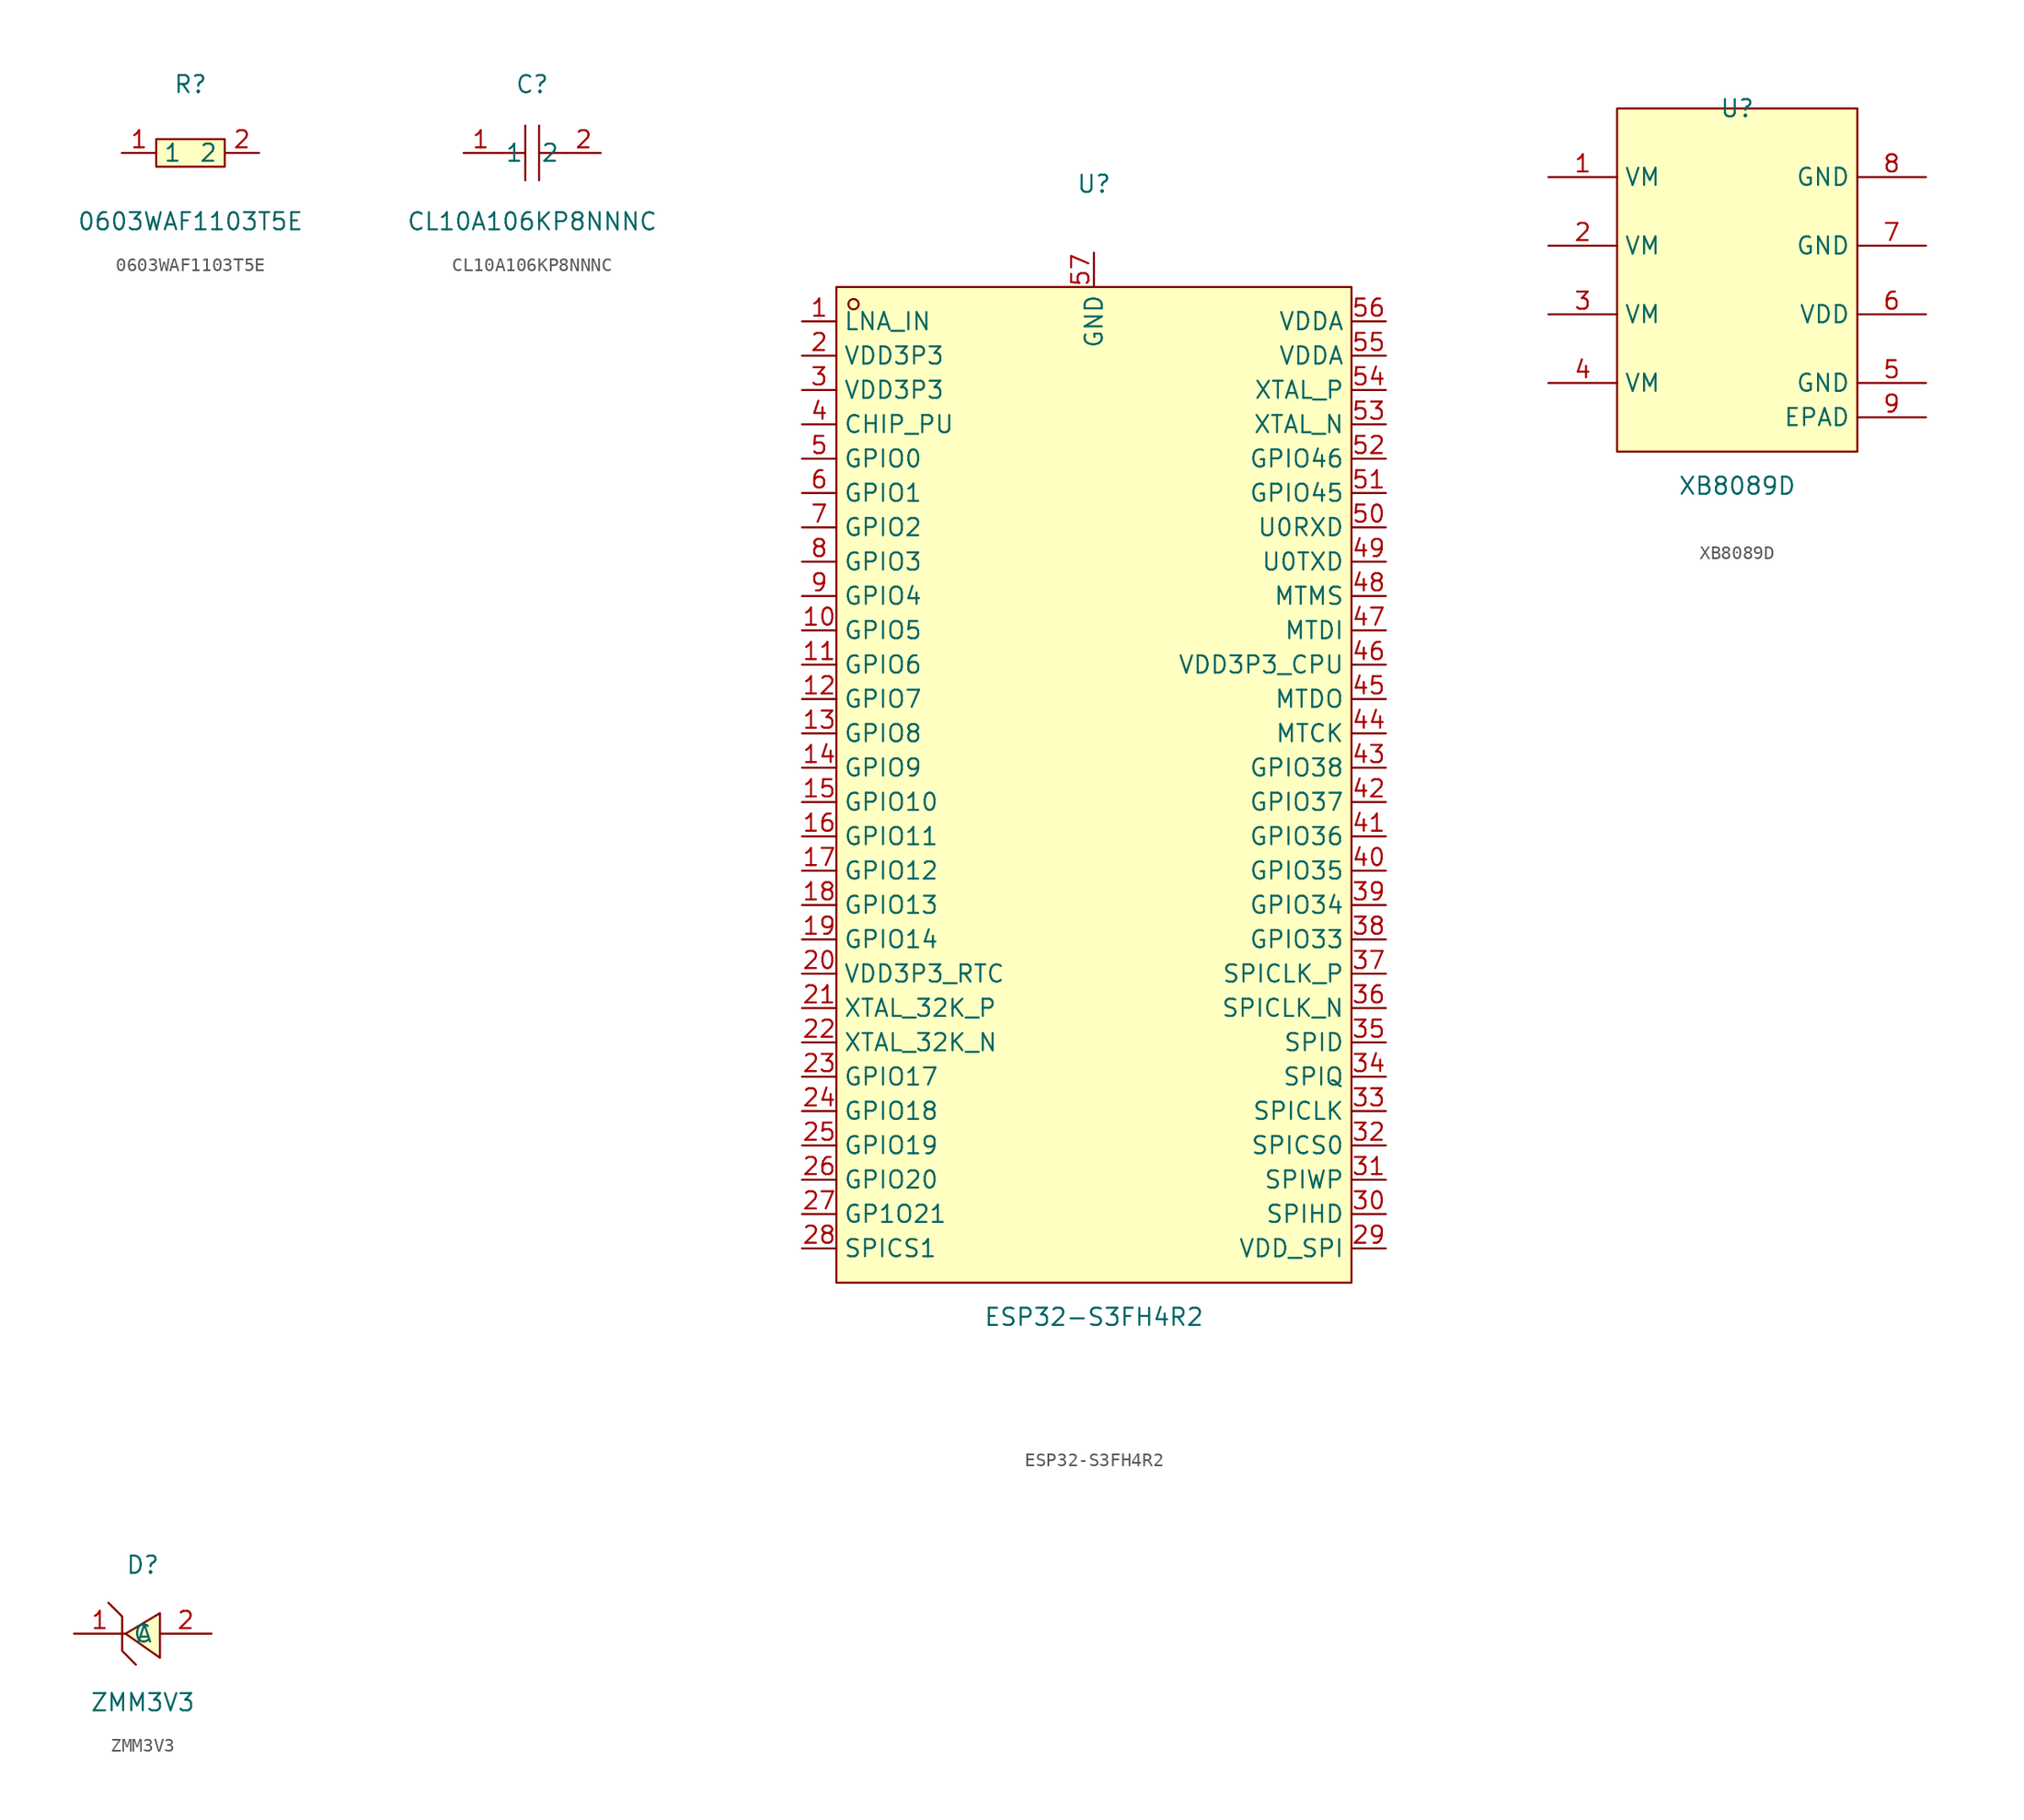
<source format=kicad_sym>
(kicad_symbol_lib
  (version 20211014)
  (generator https://github.com/uPesy/easyeda2kicad.py)
  (symbol "0603WAF1103T5E"
    (property "Reference" "R"
      (at 0 5.08 0)
      (effects (font (size 1.27 1.27))))
    (property "Value" "0603WAF1103T5E"
      (at 0 -5.08 0)
      (effects (font (size 1.27 1.27))))
    (symbol "0603WAF1103T5E_0_1"
      (rectangle (start -2.54 1.02) (end 2.54 -1.02) (stroke (width 0) (type default) (color 0 0 0 0)) (fill (type background)))
      (pin input line (at 5.08 -0.00 180) (length 2.54) (name "2" (effects (font (size 1.27 1.27)))) (number "2" (effects (font (size 1.27 1.27)))))
      (pin input line (at -5.08 -0.00 0) (length 2.54) (name "1" (effects (font (size 1.27 1.27)))) (number "1" (effects (font (size 1.27 1.27)))))))
  (symbol "CL10A106KP8NNNC"
    (property "Reference" "C"
      (at 0 5.08 0)
      (effects (font (size 1.27 1.27))))
    (property "Value" "CL10A106KP8NNNC"
      (at 0 -5.08 0)
      (effects (font (size 1.27 1.27))))
    (symbol "CL10A106KP8NNNC_0_1"
      (polyline (pts (xy -0.51 -2.03) (xy -0.51 2.03)) (stroke (width 0) (type default) (color 0 0 0 0)) (fill (type none)))
      (polyline (pts (xy 2.54 -0.00) (xy 0.51 -0.00)) (stroke (width 0) (type default) (color 0 0 0 0)) (fill (type none)))
      (polyline (pts (xy 0.51 2.03) (xy 0.51 -2.03)) (stroke (width 0) (type default) (color 0 0 0 0)) (fill (type none)))
      (polyline (pts (xy -0.51 -0.00) (xy -2.54 -0.00)) (stroke (width 0) (type default) (color 0 0 0 0)) (fill (type none)))
      (pin unspecified line (at -5.08 -0.00 0) (length 2.54) (name "1" (effects (font (size 1.27 1.27)))) (number "1" (effects (font (size 1.27 1.27)))))
      (pin unspecified line (at 5.08 -0.00 180) (length 2.54) (name "2" (effects (font (size 1.27 1.27)))) (number "2" (effects (font (size 1.27 1.27)))))))
  (symbol "ESP32-S3FH4R2"
    (property "Reference" "U"
      (at 0 44.45 0)
      (effects (font (size 1.27 1.27))))
    (property "Value" "ESP32-S3FH4R2"
      (at 0 -39.37 0)
      (effects (font (size 1.27 1.27))))
    (symbol "ESP32-S3FH4R2_0_1"
      (rectangle (start -19.05 36.83) (end 19.05 -36.83) (stroke (width 0) (type default) (color 0 0 0 0)) (fill (type background)))
      (circle (center -17.78 35.56) (radius 0.38) (stroke (width 0) (type default) (color 0 0 0 0)) (fill (type none)))
      (pin unspecified line (at -21.59 34.29 0) (length 2.54) (name "LNA_IN" (effects (font (size 1.27 1.27)))) (number "1" (effects (font (size 1.27 1.27)))))
      (pin unspecified line (at -21.59 31.75 0) (length 2.54) (name "VDD3P3" (effects (font (size 1.27 1.27)))) (number "2" (effects (font (size 1.27 1.27)))))
      (pin unspecified line (at -21.59 29.21 0) (length 2.54) (name "VDD3P3" (effects (font (size 1.27 1.27)))) (number "3" (effects (font (size 1.27 1.27)))))
      (pin unspecified line (at -21.59 26.67 0) (length 2.54) (name "CHIP_PU" (effects (font (size 1.27 1.27)))) (number "4" (effects (font (size 1.27 1.27)))))
      (pin unspecified line (at -21.59 24.13 0) (length 2.54) (name "GPIO0" (effects (font (size 1.27 1.27)))) (number "5" (effects (font (size 1.27 1.27)))))
      (pin unspecified line (at -21.59 21.59 0) (length 2.54) (name "GPIO1" (effects (font (size 1.27 1.27)))) (number "6" (effects (font (size 1.27 1.27)))))
      (pin unspecified line (at -21.59 19.05 0) (length 2.54) (name "GPIO2" (effects (font (size 1.27 1.27)))) (number "7" (effects (font (size 1.27 1.27)))))
      (pin unspecified line (at -21.59 16.51 0) (length 2.54) (name "GPIO3" (effects (font (size 1.27 1.27)))) (number "8" (effects (font (size 1.27 1.27)))))
      (pin unspecified line (at -21.59 13.97 0) (length 2.54) (name "GPIO4" (effects (font (size 1.27 1.27)))) (number "9" (effects (font (size 1.27 1.27)))))
      (pin unspecified line (at -21.59 11.43 0) (length 2.54) (name "GPIO5" (effects (font (size 1.27 1.27)))) (number "10" (effects (font (size 1.27 1.27)))))
      (pin unspecified line (at -21.59 8.89 0) (length 2.54) (name "GPIO6" (effects (font (size 1.27 1.27)))) (number "11" (effects (font (size 1.27 1.27)))))
      (pin unspecified line (at -21.59 6.35 0) (length 2.54) (name "GPIO7" (effects (font (size 1.27 1.27)))) (number "12" (effects (font (size 1.27 1.27)))))
      (pin unspecified line (at -21.59 3.81 0) (length 2.54) (name "GPIO8" (effects (font (size 1.27 1.27)))) (number "13" (effects (font (size 1.27 1.27)))))
      (pin unspecified line (at -21.59 1.27 0) (length 2.54) (name "GPIO9" (effects (font (size 1.27 1.27)))) (number "14" (effects (font (size 1.27 1.27)))))
      (pin unspecified line (at -21.59 -1.27 0) (length 2.54) (name "GPIO10" (effects (font (size 1.27 1.27)))) (number "15" (effects (font (size 1.27 1.27)))))
      (pin unspecified line (at -21.59 -3.81 0) (length 2.54) (name "GPIO11" (effects (font (size 1.27 1.27)))) (number "16" (effects (font (size 1.27 1.27)))))
      (pin unspecified line (at -21.59 -6.35 0) (length 2.54) (name "GPIO12" (effects (font (size 1.27 1.27)))) (number "17" (effects (font (size 1.27 1.27)))))
      (pin unspecified line (at -21.59 -8.89 0) (length 2.54) (name "GPIO13" (effects (font (size 1.27 1.27)))) (number "18" (effects (font (size 1.27 1.27)))))
      (pin unspecified line (at -21.59 -11.43 0) (length 2.54) (name "GPIO14" (effects (font (size 1.27 1.27)))) (number "19" (effects (font (size 1.27 1.27)))))
      (pin unspecified line (at -21.59 -13.97 0) (length 2.54) (name "VDD3P3_RTC" (effects (font (size 1.27 1.27)))) (number "20" (effects (font (size 1.27 1.27)))))
      (pin unspecified line (at -21.59 -16.51 0) (length 2.54) (name "XTAL_32K_P" (effects (font (size 1.27 1.27)))) (number "21" (effects (font (size 1.27 1.27)))))
      (pin unspecified line (at -21.59 -19.05 0) (length 2.54) (name "XTAL_32K_N" (effects (font (size 1.27 1.27)))) (number "22" (effects (font (size 1.27 1.27)))))
      (pin unspecified line (at -21.59 -21.59 0) (length 2.54) (name "GPIO17" (effects (font (size 1.27 1.27)))) (number "23" (effects (font (size 1.27 1.27)))))
      (pin unspecified line (at -21.59 -24.13 0) (length 2.54) (name "GPIO18" (effects (font (size 1.27 1.27)))) (number "24" (effects (font (size 1.27 1.27)))))
      (pin unspecified line (at -21.59 -26.67 0) (length 2.54) (name "GPIO19" (effects (font (size 1.27 1.27)))) (number "25" (effects (font (size 1.27 1.27)))))
      (pin unspecified line (at -21.59 -29.21 0) (length 2.54) (name "GPIO20" (effects (font (size 1.27 1.27)))) (number "26" (effects (font (size 1.27 1.27)))))
      (pin unspecified line (at -21.59 -31.75 0) (length 2.54) (name "GP1O21" (effects (font (size 1.27 1.27)))) (number "27" (effects (font (size 1.27 1.27)))))
      (pin unspecified line (at -21.59 -34.29 0) (length 2.54) (name "SPICS1" (effects (font (size 1.27 1.27)))) (number "28" (effects (font (size 1.27 1.27)))))
      (pin unspecified line (at 21.59 -34.29 180) (length 2.54) (name "VDD_SPI" (effects (font (size 1.27 1.27)))) (number "29" (effects (font (size 1.27 1.27)))))
      (pin unspecified line (at 21.59 -31.75 180) (length 2.54) (name "SPIHD" (effects (font (size 1.27 1.27)))) (number "30" (effects (font (size 1.27 1.27)))))
      (pin unspecified line (at 21.59 -29.21 180) (length 2.54) (name "SPIWP" (effects (font (size 1.27 1.27)))) (number "31" (effects (font (size 1.27 1.27)))))
      (pin unspecified line (at 21.59 -26.67 180) (length 2.54) (name "SPICS0" (effects (font (size 1.27 1.27)))) (number "32" (effects (font (size 1.27 1.27)))))
      (pin unspecified line (at 21.59 -24.13 180) (length 2.54) (name "SPICLK" (effects (font (size 1.27 1.27)))) (number "33" (effects (font (size 1.27 1.27)))))
      (pin unspecified line (at 21.59 -21.59 180) (length 2.54) (name "SPIQ" (effects (font (size 1.27 1.27)))) (number "34" (effects (font (size 1.27 1.27)))))
      (pin unspecified line (at 21.59 -19.05 180) (length 2.54) (name "SPID" (effects (font (size 1.27 1.27)))) (number "35" (effects (font (size 1.27 1.27)))))
      (pin unspecified line (at 21.59 -16.51 180) (length 2.54) (name "SPICLK_N" (effects (font (size 1.27 1.27)))) (number "36" (effects (font (size 1.27 1.27)))))
      (pin unspecified line (at 21.59 -13.97 180) (length 2.54) (name "SPICLK_P" (effects (font (size 1.27 1.27)))) (number "37" (effects (font (size 1.27 1.27)))))
      (pin unspecified line (at 21.59 -11.43 180) (length 2.54) (name "GPIO33" (effects (font (size 1.27 1.27)))) (number "38" (effects (font (size 1.27 1.27)))))
      (pin unspecified line (at 21.59 -8.89 180) (length 2.54) (name "GPIO34" (effects (font (size 1.27 1.27)))) (number "39" (effects (font (size 1.27 1.27)))))
      (pin unspecified line (at 21.59 -6.35 180) (length 2.54) (name "GPIO35" (effects (font (size 1.27 1.27)))) (number "40" (effects (font (size 1.27 1.27)))))
      (pin unspecified line (at 21.59 -3.81 180) (length 2.54) (name "GPIO36" (effects (font (size 1.27 1.27)))) (number "41" (effects (font (size 1.27 1.27)))))
      (pin unspecified line (at 21.59 -1.27 180) (length 2.54) (name "GPIO37" (effects (font (size 1.27 1.27)))) (number "42" (effects (font (size 1.27 1.27)))))
      (pin unspecified line (at 21.59 1.27 180) (length 2.54) (name "GPIO38" (effects (font (size 1.27 1.27)))) (number "43" (effects (font (size 1.27 1.27)))))
      (pin unspecified line (at 21.59 3.81 180) (length 2.54) (name "MTCK" (effects (font (size 1.27 1.27)))) (number "44" (effects (font (size 1.27 1.27)))))
      (pin unspecified line (at 21.59 6.35 180) (length 2.54) (name "MTDO" (effects (font (size 1.27 1.27)))) (number "45" (effects (font (size 1.27 1.27)))))
      (pin unspecified line (at 21.59 8.89 180) (length 2.54) (name "VDD3P3_CPU" (effects (font (size 1.27 1.27)))) (number "46" (effects (font (size 1.27 1.27)))))
      (pin unspecified line (at 21.59 11.43 180) (length 2.54) (name "MTDI" (effects (font (size 1.27 1.27)))) (number "47" (effects (font (size 1.27 1.27)))))
      (pin unspecified line (at 21.59 13.97 180) (length 2.54) (name "MTMS" (effects (font (size 1.27 1.27)))) (number "48" (effects (font (size 1.27 1.27)))))
      (pin unspecified line (at 21.59 16.51 180) (length 2.54) (name "U0TXD" (effects (font (size 1.27 1.27)))) (number "49" (effects (font (size 1.27 1.27)))))
      (pin unspecified line (at 21.59 19.05 180) (length 2.54) (name "U0RXD" (effects (font (size 1.27 1.27)))) (number "50" (effects (font (size 1.27 1.27)))))
      (pin unspecified line (at 21.59 21.59 180) (length 2.54) (name "GPIO45" (effects (font (size 1.27 1.27)))) (number "51" (effects (font (size 1.27 1.27)))))
      (pin unspecified line (at 21.59 24.13 180) (length 2.54) (name "GPIO46" (effects (font (size 1.27 1.27)))) (number "52" (effects (font (size 1.27 1.27)))))
      (pin unspecified line (at 21.59 26.67 180) (length 2.54) (name "XTAL_N" (effects (font (size 1.27 1.27)))) (number "53" (effects (font (size 1.27 1.27)))))
      (pin unspecified line (at 21.59 29.21 180) (length 2.54) (name "XTAL_P" (effects (font (size 1.27 1.27)))) (number "54" (effects (font (size 1.27 1.27)))))
      (pin unspecified line (at 21.59 31.75 180) (length 2.54) (name "VDDA" (effects (font (size 1.27 1.27)))) (number "55" (effects (font (size 1.27 1.27)))))
      (pin unspecified line (at 21.59 34.29 180) (length 2.54) (name "VDDA" (effects (font (size 1.27 1.27)))) (number "56" (effects (font (size 1.27 1.27)))))
      (pin unspecified line (at 0.00 39.37 270) (length 2.54) (name "GND" (effects (font (size 1.27 1.27)))) (number "57" (effects (font (size 1.27 1.27)))))))
  (symbol "XB8089D"
    (property "Reference" "U"
      (at 0 12.70 0)
      (effects (font (size 1.27 1.27))))
    (property "Value" "XB8089D"
      (at 0 -15.24 0)
      (effects (font (size 1.27 1.27))))
    (symbol "XB8089D_0_1"
      (rectangle (start -8.89 12.70) (end 8.89 -12.70) (stroke (width 0) (type default) (color 0 0 0 0)) (fill (type background)))
      (pin unspecified line (at -13.97 7.62 0) (length 5.08) (name "VM" (effects (font (size 1.27 1.27)))) (number "1" (effects (font (size 1.27 1.27)))))
      (pin unspecified line (at -13.97 2.54 0) (length 5.08) (name "VM" (effects (font (size 1.27 1.27)))) (number "2" (effects (font (size 1.27 1.27)))))
      (pin unspecified line (at -13.97 -2.54 0) (length 5.08) (name "VM" (effects (font (size 1.27 1.27)))) (number "3" (effects (font (size 1.27 1.27)))))
      (pin unspecified line (at -13.97 -7.62 0) (length 5.08) (name "VM" (effects (font (size 1.27 1.27)))) (number "4" (effects (font (size 1.27 1.27)))))
      (pin unspecified line (at 13.97 -7.62 180) (length 5.08) (name "GND" (effects (font (size 1.27 1.27)))) (number "5" (effects (font (size 1.27 1.27)))))
      (pin unspecified line (at 13.97 -2.54 180) (length 5.08) (name "VDD" (effects (font (size 1.27 1.27)))) (number "6" (effects (font (size 1.27 1.27)))))
      (pin unspecified line (at 13.97 2.54 180) (length 5.08) (name "GND" (effects (font (size 1.27 1.27)))) (number "7" (effects (font (size 1.27 1.27)))))
      (pin unspecified line (at 13.97 7.62 180) (length 5.08) (name "GND" (effects (font (size 1.27 1.27)))) (number "8" (effects (font (size 1.27 1.27)))))
      (pin unspecified line (at 13.97 -10.16 180) (length 5.08) (name "EPAD" (effects (font (size 1.27 1.27)))) (number "9" (effects (font (size 1.27 1.27)))))))
  (symbol "ZMM3V3"
    (property "Reference" "D"
      (at 0 5.08 0)
      (effects (font (size 1.27 1.27))))
    (property "Value" "ZMM3V3"
      (at 0 -5.08 0)
      (effects (font (size 1.27 1.27))))
    (symbol "ZMM3V3_0_1"
      (polyline (pts (xy 1.27 1.52) (xy -1.27 -0.00) (xy 1.27 -1.78) (xy 1.27 1.52)) (stroke (width 0) (type default) (color 0 0 0 0)) (fill (type background)))
      (polyline (pts (xy -2.54 2.29) (xy -1.52 1.27) (xy -1.52 -1.27) (xy -0.51 -2.29)) (stroke (width 0) (type default) (color 0 0 0 0)) (fill (type none)))
      (pin unspecified line (at 5.08 -0.00 180) (length 3.81) (name "A" (effects (font (size 1.27 1.27)))) (number "2" (effects (font (size 1.27 1.27)))))
      (pin unspecified line (at -5.08 -0.00 0) (length 3.81) (name "C" (effects (font (size 1.27 1.27)))) (number "1" (effects (font (size 1.27 1.27))))))))
</source>
